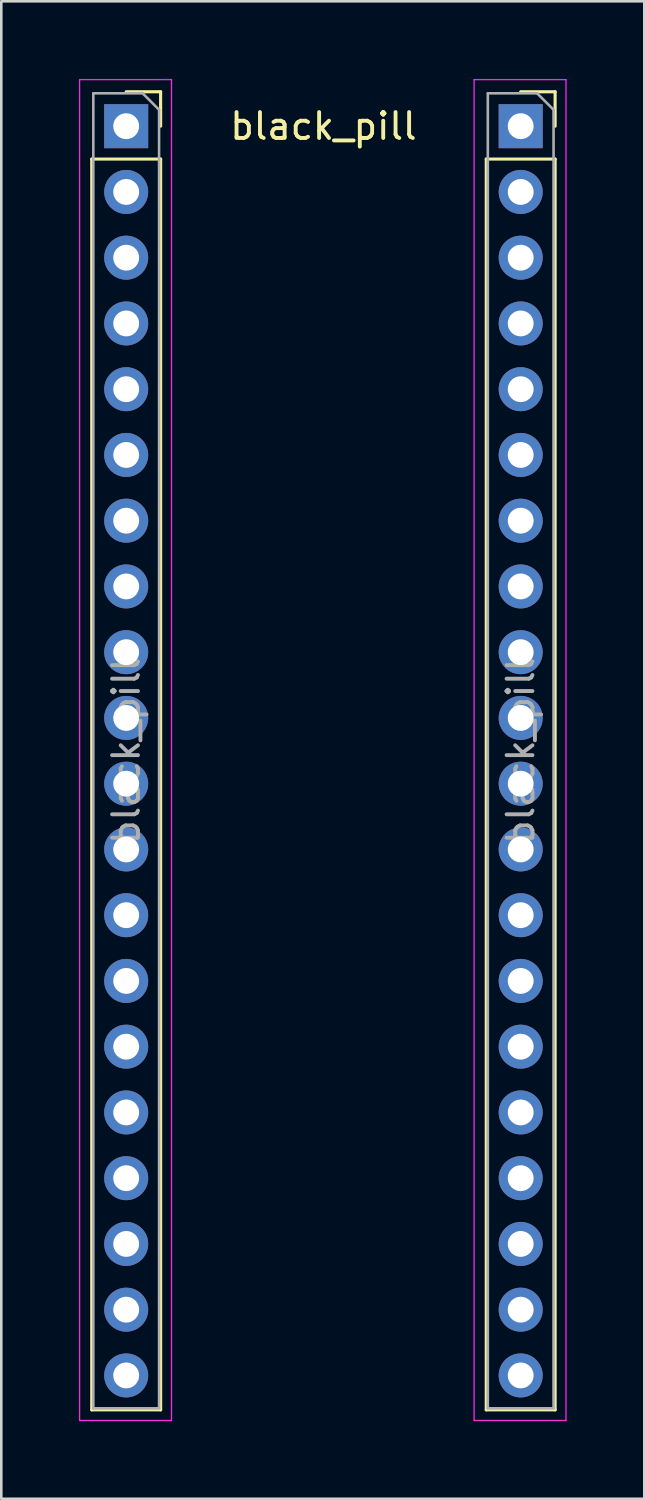
<source format=kicad_pcb>
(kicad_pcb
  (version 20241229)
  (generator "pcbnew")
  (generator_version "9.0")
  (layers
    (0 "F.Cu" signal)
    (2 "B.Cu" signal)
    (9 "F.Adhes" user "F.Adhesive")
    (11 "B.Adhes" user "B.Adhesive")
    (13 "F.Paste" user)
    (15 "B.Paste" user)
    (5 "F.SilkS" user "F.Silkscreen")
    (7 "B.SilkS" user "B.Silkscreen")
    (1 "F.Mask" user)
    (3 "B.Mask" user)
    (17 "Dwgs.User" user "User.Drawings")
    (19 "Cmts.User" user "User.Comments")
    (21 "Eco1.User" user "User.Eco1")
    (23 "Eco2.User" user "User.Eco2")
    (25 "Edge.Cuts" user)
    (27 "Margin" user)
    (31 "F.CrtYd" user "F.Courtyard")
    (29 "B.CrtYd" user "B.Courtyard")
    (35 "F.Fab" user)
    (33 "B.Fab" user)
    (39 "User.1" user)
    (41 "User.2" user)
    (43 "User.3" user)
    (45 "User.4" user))
  (footprint "black_pill"
    (layer "F.Cu")
    (at 1.825 1.825)
    (property "Reference" "black_pill" (at 7.62 0 0) (layer "F.SilkS") (effects (font (size 1 1) (thickness 0.15))))
    (attr through_hole)
    (fp_line (start -1.33 1.27) (end -1.33 49.59) (stroke (width 0.12) (type solid)) (layer "F.SilkS"))
    (fp_line (start -1.33 1.27) (end 1.33 1.27) (stroke (width 0.12) (type solid)) (layer "F.SilkS"))
    (fp_line (start -1.33 49.59) (end 1.33 49.59) (stroke (width 0.12) (type solid)) (layer "F.SilkS"))
    (fp_line (start 0 -1.33) (end 1.33 -1.33) (stroke (width 0.12) (type solid)) (layer "F.SilkS"))
    (fp_line (start 1.33 -1.33) (end 1.33 0) (stroke (width 0.12) (type solid)) (layer "F.SilkS"))
    (fp_line (start 1.33 1.27) (end 1.33 49.59) (stroke (width 0.12) (type solid)) (layer "F.SilkS"))
    (fp_line (start 13.91 1.27) (end 13.91 49.59) (stroke (width 0.12) (type solid)) (layer "F.SilkS"))
    (fp_line (start 13.91 1.27) (end 16.57 1.27) (stroke (width 0.12) (type solid)) (layer "F.SilkS"))
    (fp_line (start 13.91 49.59) (end 16.57 49.59) (stroke (width 0.12) (type solid)) (layer "F.SilkS"))
    (fp_line (start 15.24 -1.33) (end 16.57 -1.33) (stroke (width 0.12) (type solid)) (layer "F.SilkS"))
    (fp_line (start 16.57 -1.33) (end 16.57 0) (stroke (width 0.12) (type solid)) (layer "F.SilkS"))
    (fp_line (start 16.57 1.27) (end 16.57 49.59) (stroke (width 0.12) (type solid)) (layer "F.SilkS"))
    (fp_line (start -1.8 -1.8) (end 1.75 -1.8) (stroke (width 0.05) (type solid)) (layer "F.CrtYd"))
    (fp_line (start -1.8 50) (end -1.8 -1.8) (stroke (width 0.05) (type solid)) (layer "F.CrtYd"))
    (fp_line (start 1.75 -1.8) (end 1.75 50) (stroke (width 0.05) (type solid)) (layer "F.CrtYd"))
    (fp_line (start 1.75 50) (end -1.8 50) (stroke (width 0.05) (type solid)) (layer "F.CrtYd"))
    (fp_line (start 13.44 -1.8) (end 16.99 -1.8) (stroke (width 0.05) (type solid)) (layer "F.CrtYd"))
    (fp_line (start 13.44 50) (end 13.44 -1.8) (stroke (width 0.05) (type solid)) (layer "F.CrtYd"))
    (fp_line (start 16.99 -1.8) (end 16.99 50) (stroke (width 0.05) (type solid)) (layer "F.CrtYd"))
    (fp_line (start 16.99 50) (end 13.44 50) (stroke (width 0.05) (type solid)) (layer "F.CrtYd"))
    (fp_line (start -1.27 -1.27) (end 0.635 -1.27) (stroke (width 0.1) (type solid)) (layer "F.Fab"))
    (fp_line (start -1.27 49.53) (end -1.27 -1.27) (stroke (width 0.1) (type solid)) (layer "F.Fab"))
    (fp_line (start 0.635 -1.27) (end 1.27 -0.635) (stroke (width 0.1) (type solid)) (layer "F.Fab"))
    (fp_line (start 1.27 -0.635) (end 1.27 49.53) (stroke (width 0.1) (type solid)) (layer "F.Fab"))
    (fp_line (start 1.27 49.53) (end -1.27 49.53) (stroke (width 0.1) (type solid)) (layer "F.Fab"))
    (fp_line (start 13.97 -1.27) (end 15.875 -1.27) (stroke (width 0.1) (type solid)) (layer "F.Fab"))
    (fp_line (start 13.97 49.53) (end 13.97 -1.27) (stroke (width 0.1) (type solid)) (layer "F.Fab"))
    (fp_line (start 15.875 -1.27) (end 16.51 -0.635) (stroke (width 0.1) (type solid)) (layer "F.Fab"))
    (fp_line (start 16.51 -0.635) (end 16.51 49.53) (stroke (width 0.1) (type solid)) (layer "F.Fab"))
    (fp_line (start 16.51 49.53) (end 13.97 49.53) (stroke (width 0.1) (type solid)) (layer "F.Fab"))
    (fp_text user "${REFERENCE}" (at 0 24.13 90) (layer "F.Fab") (effects (font (size 1 1) (thickness 0.15))))
    (fp_text user "${REFERENCE}" (at 15.24 24.13 90) (layer "F.Fab") (effects (font (size 1 1) (thickness 0.15))))
    (pad "1" thru_hole rect (at 0 0) (size 1.7 1.7) (drill 1) (layers "*.Cu" "*.Mask"))
    (pad "2" thru_hole oval (at 0 2.54) (size 1.7 1.7) (drill 1) (layers "*.Cu" "*.Mask"))
    (pad "3" thru_hole oval (at 0 5.08) (size 1.7 1.7) (drill 1) (layers "*.Cu" "*.Mask"))
    (pad "4" thru_hole oval (at 0 7.62) (size 1.7 1.7) (drill 1) (layers "*.Cu" "*.Mask"))
    (pad "5" thru_hole oval (at 0 10.16) (size 1.7 1.7) (drill 1) (layers "*.Cu" "*.Mask"))
    (pad "6" thru_hole oval (at 0 12.7) (size 1.7 1.7) (drill 1) (layers "*.Cu" "*.Mask"))
    (pad "7" thru_hole oval (at 0 15.24) (size 1.7 1.7) (drill 1) (layers "*.Cu" "*.Mask"))
    (pad "8" thru_hole oval (at 0 17.78) (size 1.7 1.7) (drill 1) (layers "*.Cu" "*.Mask"))
    (pad "9" thru_hole oval (at 0 20.32) (size 1.7 1.7) (drill 1) (layers "*.Cu" "*.Mask"))
    (pad "10" thru_hole oval (at 0 22.86) (size 1.7 1.7) (drill 1) (layers "*.Cu" "*.Mask"))
    (pad "11" thru_hole oval (at 0 25.4) (size 1.7 1.7) (drill 1) (layers "*.Cu" "*.Mask"))
    (pad "12" thru_hole oval (at 0 27.94) (size 1.7 1.7) (drill 1) (layers "*.Cu" "*.Mask"))
    (pad "13" thru_hole oval (at 0 30.48) (size 1.7 1.7) (drill 1) (layers "*.Cu" "*.Mask"))
    (pad "14" thru_hole oval (at 0 33.02) (size 1.7 1.7) (drill 1) (layers "*.Cu" "*.Mask"))
    (pad "15" thru_hole oval (at 0 35.56) (size 1.7 1.7) (drill 1) (layers "*.Cu" "*.Mask"))
    (pad "16" thru_hole oval (at 0 38.1) (size 1.7 1.7) (drill 1) (layers "*.Cu" "*.Mask"))
    (pad "17" thru_hole oval (at 0 40.64) (size 1.7 1.7) (drill 1) (layers "*.Cu" "*.Mask"))
    (pad "18" thru_hole oval (at 0 43.18) (size 1.7 1.7) (drill 1) (layers "*.Cu" "*.Mask"))
    (pad "19" thru_hole oval (at 0 45.72) (size 1.7 1.7) (drill 1) (layers "*.Cu" "*.Mask"))
    (pad "20" thru_hole oval (at 0 48.26) (size 1.7 1.7) (drill 1) (layers "*.Cu" "*.Mask"))
    (pad "21" thru_hole rect (at 15.24 0) (size 1.7 1.7) (drill 1) (layers "*.Cu" "*.Mask"))
    (pad "22" thru_hole oval (at 15.24 2.54) (size 1.7 1.7) (drill 1) (layers "*.Cu" "*.Mask"))
    (pad "23" thru_hole oval (at 15.24 5.08) (size 1.7 1.7) (drill 1) (layers "*.Cu" "*.Mask"))
    (pad "24" thru_hole oval (at 15.24 7.62) (size 1.7 1.7) (drill 1) (layers "*.Cu" "*.Mask"))
    (pad "25" thru_hole oval (at 15.24 10.16) (size 1.7 1.7) (drill 1) (layers "*.Cu" "*.Mask"))
    (pad "26" thru_hole oval (at 15.24 12.7) (size 1.7 1.7) (drill 1) (layers "*.Cu" "*.Mask"))
    (pad "27" thru_hole oval (at 15.24 15.24) (size 1.7 1.7) (drill 1) (layers "*.Cu" "*.Mask"))
    (pad "28" thru_hole oval (at 15.24 17.78) (size 1.7 1.7) (drill 1) (layers "*.Cu" "*.Mask"))
    (pad "29" thru_hole oval (at 15.24 20.32) (size 1.7 1.7) (drill 1) (layers "*.Cu" "*.Mask"))
    (pad "30" thru_hole oval (at 15.24 22.86) (size 1.7 1.7) (drill 1) (layers "*.Cu" "*.Mask"))
    (pad "31" thru_hole oval (at 15.24 25.4) (size 1.7 1.7) (drill 1) (layers "*.Cu" "*.Mask"))
    (pad "32" thru_hole oval (at 15.24 27.94) (size 1.7 1.7) (drill 1) (layers "*.Cu" "*.Mask"))
    (pad "33" thru_hole oval (at 15.24 30.48) (size 1.7 1.7) (drill 1) (layers "*.Cu" "*.Mask"))
    (pad "34" thru_hole oval (at 15.24 33.02) (size 1.7 1.7) (drill 1) (layers "*.Cu" "*.Mask"))
    (pad "35" thru_hole oval (at 15.24 35.56) (size 1.7 1.7) (drill 1) (layers "*.Cu" "*.Mask"))
    (pad "36" thru_hole oval (at 15.24 38.1) (size 1.7 1.7) (drill 1) (layers "*.Cu" "*.Mask"))
    (pad "37" thru_hole oval (at 15.24 40.64) (size 1.7 1.7) (drill 1) (layers "*.Cu" "*.Mask"))
    (pad "38" thru_hole oval (at 15.24 43.18) (size 1.7 1.7) (drill 1) (layers "*.Cu" "*.Mask"))
    (pad "39" thru_hole oval (at 15.24 45.72) (size 1.7 1.7) (drill 1) (layers "*.Cu" "*.Mask"))
    (pad "40" thru_hole oval (at 15.24 48.26) (size 1.7 1.7) (drill 1) (layers "*.Cu" "*.Mask")))
  (gr_rect
    (start -3 -3)
    (end 21.84 54.85)
    (stroke (width 0.1) (type default))
    (fill no)
    (layer "Edge.Cuts")))
</source>
